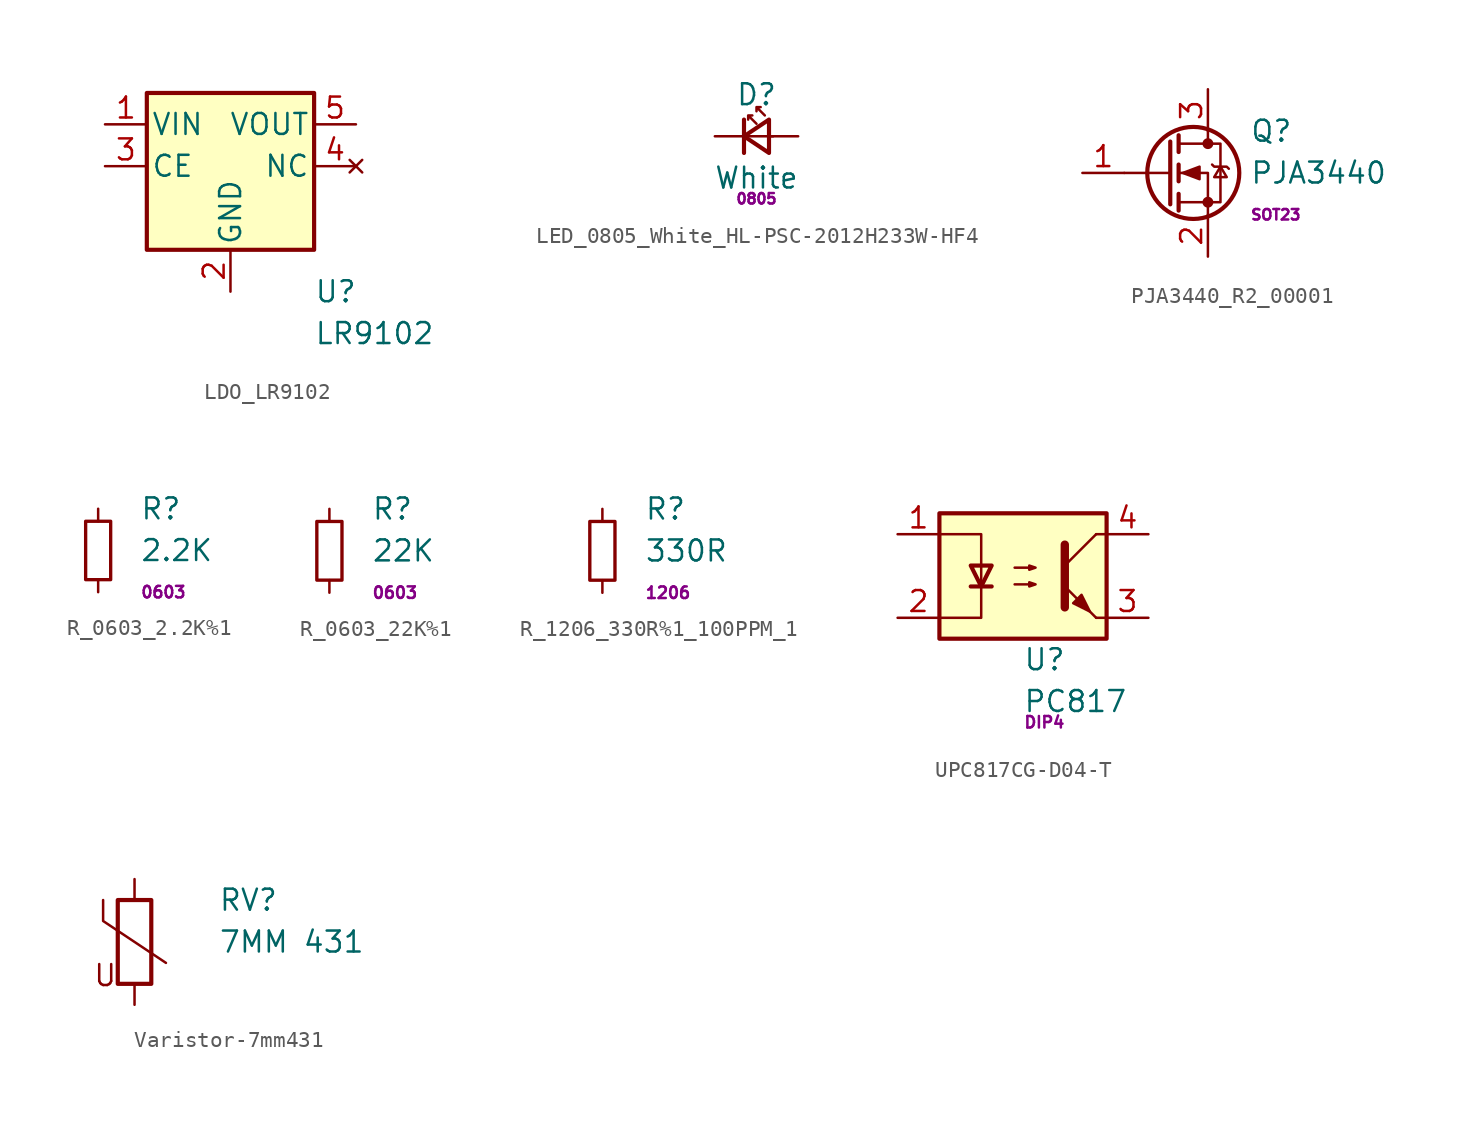
<source format=kicad_sym>
(kicad_symbol_lib
  (version 20241209)
  (generator "kicad_symbol_editor")
  (generator_version "9.0")
  (symbol "LDO_LR9102"
    (pin_names
      (offset 0.254))
    (property "Reference" "U"
      (at 5.08 -7.62 0)
      (effects (font (size 1.27 1.27)) (justify left)))
    (property "Value" "LR9102"
      (at 5.08 -10.16 0)
      (effects (font (size 1.27 1.27)) (justify left)))
    (symbol "LDO_LR9102_0_1"
      (rectangle (start -5.08 4.445) (end 5.08 -5.08) (stroke (width 0.254) (type default)) (fill (type background))))
    (symbol "LDO_LR9102_1_1"
      (pin power_in line (at -7.62 2.54 0) (length 2.54) (name "VIN" (effects (font (size 1.27 1.27)))) (number "1" (effects (font (size 1.27 1.27)))))
      (pin input line (at -7.62 0 0) (length 2.54) (name "CE" (effects (font (size 1.27 1.27)))) (number "3" (effects (font (size 1.27 1.27)))))
      (pin power_in line (at 0 -7.62 90) (length 2.54) (name "GND" (effects (font (size 1.27 1.27)))) (number "2" (effects (font (size 1.27 1.27)))))
      (pin power_out line (at 7.62 2.54 180) (length 2.54) (name "VOUT" (effects (font (size 1.27 1.27)))) (number "5" (effects (font (size 1.27 1.27)))))
      (pin no_connect line (at 7.62 0 180) (length 2.54) (name "NC" (effects (font (size 1.27 1.27)))) (number "4" (effects (font (size 1.27 1.27)))))))
  (symbol "LED_0805_White_HL-PSC-2012H233W-HF4"
    (pin_numbers
      (hide yes))
    (pin_names
      (offset 0.254)
      (hide yes))
    (property "Reference" "D"
      (at 0 2.54 0)
      (effects (font (size 1.27 1.27))))
    (property "Value" "White"
      (at 0 -2.54 0)
      (effects (font (size 1.27 1.27))))
    (property "Pad" "0805"
      (at 0 -3.81 0)
      (effects (font (size 0.635 0.635))))
    (symbol "LED_0805_White_HL-PSC-2012H233W-HF4_0_1"
      (polyline (pts (xy -0.762 -1.016) (xy -0.762 1.016)) (stroke (width 0.254) (type default)) (fill (type none)))
      (polyline (pts (xy 0 0.762) (xy -0.508 1.27) (xy -0.254 1.27) (xy -0.508 1.27) (xy -0.508 1.016)) (stroke (width 0) (type default)) (fill (type none)))
      (polyline (pts (xy 0.508 1.27) (xy 0 1.778) (xy 0.254 1.778) (xy 0 1.778) (xy 0 1.524)) (stroke (width 0) (type default)) (fill (type none)))
      (polyline (pts (xy 0.762 -1.016) (xy -0.762 0) (xy 0.762 1.016) (xy 0.762 -1.016)) (stroke (width 0.254) (type default)) (fill (type none)))
      (polyline (pts (xy 1.016 0) (xy -0.762 0)) (stroke (width 0) (type default)) (fill (type none))))
    (symbol "LED_0805_White_HL-PSC-2012H233W-HF4_1_1"
      (pin passive line (at -2.54 0 0) (length 1.778) (name "K" (effects (font (size 1.27 1.27)))) (number "1" (effects (font (size 1.27 1.27)))))
      (pin passive line (at 2.54 0 180) (length 1.778) (name "A" (effects (font (size 1.27 1.27)))) (number "2" (effects (font (size 1.27 1.27)))))))
  (symbol "PJA3440_R2_00001"
    (pin_names
      (offset 0)
      (hide yes))
    (property "Reference" "Q"
      (at 5.08 2.54 0)
      (effects (font (size 1.27 1.27)) (justify left)))
    (property "Value" "PJA3440"
      (at 5.08 0 0)
      (effects (font (size 1.27 1.27)) (justify left)))
    (property "Pad" "SOT23"
      (at 5.08 -2.54 0)
      (effects (font (size 0.635 0.635)) (justify left)))
    (symbol "PJA3440_R2_00001_0_1"
      (polyline (pts (xy 0.254 1.905) (xy 0.254 -1.905)) (stroke (width 0.254) (type default)) (fill (type none)))
      (polyline (pts (xy 0.254 0) (xy -2.54 0)) (stroke (width 0) (type default)) (fill (type none)))
      (polyline (pts (xy 0.762 2.286) (xy 0.762 1.27)) (stroke (width 0.254) (type default)) (fill (type none)))
      (polyline (pts (xy 0.762 0.508) (xy 0.762 -0.508)) (stroke (width 0.254) (type default)) (fill (type none)))
      (polyline (pts (xy 0.762 -1.27) (xy 0.762 -2.286)) (stroke (width 0.254) (type default)) (fill (type none)))
      (polyline (pts (xy 0.762 -1.778) (xy 3.302 -1.778) (xy 3.302 1.778) (xy 0.762 1.778)) (stroke (width 0) (type default)) (fill (type none)))
      (polyline (pts (xy 1.016 0) (xy 2.032 0.381) (xy 2.032 -0.381) (xy 1.016 0)) (stroke (width 0) (type default)) (fill (type outline)))
      (circle (center 1.651 0) (radius 2.794) (stroke (width 0.254) (type default)) (fill (type none)))
      (polyline (pts (xy 2.54 2.54) (xy 2.54 1.778)) (stroke (width 0) (type default)) (fill (type none)))
      (circle (center 2.54 1.778) (radius 0.254) (stroke (width 0) (type default)) (fill (type outline)))
      (circle (center 2.54 -1.778) (radius 0.254) (stroke (width 0) (type default)) (fill (type outline)))
      (polyline (pts (xy 2.54 -2.54) (xy 2.54 0) (xy 0.762 0)) (stroke (width 0) (type default)) (fill (type none)))
      (polyline (pts (xy 2.794 0.508) (xy 2.921 0.381) (xy 3.683 0.381) (xy 3.81 0.254)) (stroke (width 0) (type default)) (fill (type none)))
      (polyline (pts (xy 3.302 0.381) (xy 2.921 -0.254) (xy 3.683 -0.254) (xy 3.302 0.381)) (stroke (width 0) (type default)) (fill (type none))))
    (symbol "PJA3440_R2_00001_1_1"
      (pin input line (at -5.08 0 0) (length 2.54) (name "G" (effects (font (size 1.27 1.27)))) (number "1" (effects (font (size 1.27 1.27)))))
      (pin passive line (at 2.54 5.08 270) (length 2.54) (name "D" (effects (font (size 1.27 1.27)))) (number "3" (effects (font (size 1.27 1.27)))))
      (pin passive line (at 2.54 -5.08 90) (length 2.54) (name "S" (effects (font (size 1.27 1.27)))) (number "2" (effects (font (size 1.27 1.27)))))))
  (symbol "R_0603_2.2K%1"
    (pin_numbers
      (hide yes))
    (pin_names
      (offset 0.254)
      (hide yes))
    (property "Reference" "R"
      (at 2.54 2.54 0)
      (effects (font (size 1.27 1.27)) (justify left)))
    (property "Value" "2.2K"
      (at 2.54 0 0)
      (effects (font (size 1.27 1.27)) (justify left)))
    (property "Pad" "0603"
      (at 2.54 -2.54 0)
      (effects (font (size 0.7 0.7)) (justify left)))
    (symbol "R_0603_2.2K%1_0_1"
      (rectangle (start -0.762 1.778) (end 0.762 -1.778) (stroke (width 0.203) (type default)) (fill (type none))))
    (symbol "R_0603_2.2K%1_1_1"
      (pin passive line (at 0 2.54 270) (length 0.762) (name "~" (effects (font (size 1.27 1.27)))) (number "1" (effects (font (size 1.27 1.27)))))
      (pin passive line (at 0 -2.54 90) (length 0.762) (name "~" (effects (font (size 1.27 1.27)))) (number "2" (effects (font (size 1.27 1.27)))))))
  (symbol "R_0603_22K%1"
    (pin_numbers
      (hide yes))
    (pin_names
      (offset 0.254)
      (hide yes))
    (property "Reference" "R"
      (at 2.54 2.54 0)
      (effects (font (size 1.27 1.27)) (justify left)))
    (property "Value" "22K"
      (at 2.54 0 0)
      (effects (font (size 1.27 1.27)) (justify left)))
    (property "Pad" "0603"
      (at 2.54 -2.54 0)
      (effects (font (size 0.7 0.7)) (justify left)))
    (symbol "R_0603_22K%1_0_1"
      (rectangle (start -0.762 1.778) (end 0.762 -1.778) (stroke (width 0.203) (type default)) (fill (type none))))
    (symbol "R_0603_22K%1_1_1"
      (pin passive line (at 0 2.54 270) (length 0.762) (name "~" (effects (font (size 1.27 1.27)))) (number "1" (effects (font (size 1.27 1.27)))))
      (pin passive line (at 0 -2.54 90) (length 0.762) (name "~" (effects (font (size 1.27 1.27)))) (number "2" (effects (font (size 1.27 1.27)))))))
  (symbol "R_1206_330R%1_100PPM_1"
    (pin_numbers
      (hide yes))
    (pin_names
      (offset 0.254)
      (hide yes))
    (property "Reference" "R"
      (at 2.54 2.54 0)
      (effects (font (size 1.27 1.27)) (justify left)))
    (property "Value" "330R"
      (at 2.54 0 0)
      (effects (font (size 1.27 1.27)) (justify left)))
    (property "Pad" "1206"
      (at 2.54 -2.54 0)
      (effects (font (size 0.7 0.7)) (justify left)))
    (symbol "R_1206_330R%1_100PPM_1_0_1"
      (rectangle (start -0.762 1.778) (end 0.762 -1.778) (stroke (width 0.203) (type default)) (fill (type none))))
    (symbol "R_1206_330R%1_100PPM_1_1_1"
      (pin passive line (at 0 2.54 270) (length 0.762) (name "~" (effects (font (size 1.27 1.27)))) (number "1" (effects (font (size 1.27 1.27)))))
      (pin passive line (at 0 -2.54 90) (length 0.762) (name "~" (effects (font (size 1.27 1.27)))) (number "2" (effects (font (size 1.27 1.27)))))))
  (symbol "UPC817CG-D04-T"
    (pin_names
      (offset 1.016))
    (property "Reference" "U"
      (at 0 -5.08 0)
      (effects (font (size 1.27 1.27)) (justify left)))
    (property "Value" "PC817"
      (at 0 -7.62 0)
      (effects (font (size 1.27 1.27)) (justify left)))
    (property "Pad" "DIP4"
      (at 0 -8.89 0)
      (effects (font (size 0.7 0.7)) (justify left)))
    (symbol "UPC817CG-D04-T_0_1"
      (rectangle (start -5.08 3.81) (end 5.08 -3.81) (stroke (width 0.254) (type default)) (fill (type background)))
      (polyline (pts (xy -5.08 2.54) (xy -2.54 2.54) (xy -2.54 -0.635)) (stroke (width 0) (type default)) (fill (type none)))
      (polyline (pts (xy -3.175 -0.635) (xy -1.905 -0.635)) (stroke (width 0.254) (type default)) (fill (type none)))
      (polyline (pts (xy -2.54 -0.635) (xy -2.54 -2.54) (xy -5.08 -2.54)) (stroke (width 0) (type default)) (fill (type none)))
      (polyline (pts (xy -2.54 -0.635) (xy -3.175 0.635) (xy -1.905 0.635) (xy -2.54 -0.635)) (stroke (width 0.254) (type default)) (fill (type none)))
      (polyline (pts (xy -0.508 0.508) (xy 0.762 0.508) (xy 0.381 0.381) (xy 0.381 0.635) (xy 0.762 0.508)) (stroke (width 0) (type default)) (fill (type none)))
      (polyline (pts (xy -0.508 -0.508) (xy 0.762 -0.508) (xy 0.381 -0.635) (xy 0.381 -0.381) (xy 0.762 -0.508)) (stroke (width 0) (type default)) (fill (type none)))
      (polyline (pts (xy 2.54 1.905) (xy 2.54 -1.905) (xy 2.54 -1.905)) (stroke (width 0.508) (type default)) (fill (type none)))
      (polyline (pts (xy 2.54 0.635) (xy 4.445 2.54)) (stroke (width 0) (type default)) (fill (type none)))
      (polyline (pts (xy 3.048 -1.651) (xy 3.556 -1.143) (xy 4.064 -2.159) (xy 3.048 -1.651) (xy 3.048 -1.651)) (stroke (width 0) (type default)) (fill (type outline)))
      (polyline (pts (xy 4.445 2.54) (xy 5.08 2.54)) (stroke (width 0) (type default)) (fill (type none)))
      (polyline (pts (xy 4.445 -2.54) (xy 2.54 -0.635)) (stroke (width 0) (type default)) (fill (type outline)))
      (polyline (pts (xy 4.445 -2.54) (xy 5.08 -2.54)) (stroke (width 0) (type default)) (fill (type none))))
    (symbol "UPC817CG-D04-T_1_1"
      (pin passive line (at -7.62 2.54 0) (length 2.54) (name "~" (effects (font (size 1.27 1.27)))) (number "1" (effects (font (size 1.27 1.27)))))
      (pin passive line (at -7.62 -2.54 0) (length 2.54) (name "~" (effects (font (size 1.27 1.27)))) (number "2" (effects (font (size 1.27 1.27)))))
      (pin passive line (at 7.62 2.54 180) (length 2.54) (name "~" (effects (font (size 1.27 1.27)))) (number "4" (effects (font (size 1.27 1.27)))))
      (pin passive line (at 7.62 -2.54 180) (length 2.54) (name "~" (effects (font (size 1.27 1.27)))) (number "3" (effects (font (size 1.27 1.27)))))))
  (symbol "Varistor-7mm431"
    (pin_numbers
      (hide yes))
    (pin_names
      (offset 0))
    (property "Reference" "RV"
      (at 5.08 2.54 0)
      (effects (font (size 1.27 1.27)) (justify left)))
    (property "Value" "7MM 431"
      (at 5.08 0 0)
      (effects (font (size 1.27 1.27)) (justify left)))
    (symbol "Varistor-7mm431_0_0"
      (text "U" (at -1.778 -2.032 0) (effects (font (size 1.27 1.27)))))
    (symbol "Varistor-7mm431_0_1"
      (polyline (pts (xy -1.905 2.54) (xy -1.905 1.27) (xy 1.905 -1.27)) (stroke (width 0) (type default)) (fill (type none)))
      (rectangle (start -1.016 -2.54) (end 1.016 2.54) (stroke (width 0.254) (type default)) (fill (type none))))
    (symbol "Varistor-7mm431_1_1"
      (pin passive line (at 0 3.81 270) (length 1.27) (name "~" (effects (font (size 1.27 1.27)))) (number "1" (effects (font (size 1.27 1.27)))))
      (pin passive line (at 0 -3.81 90) (length 1.27) (name "~" (effects (font (size 1.27 1.27)))) (number "2" (effects (font (size 1.27 1.27))))))))
</source>
